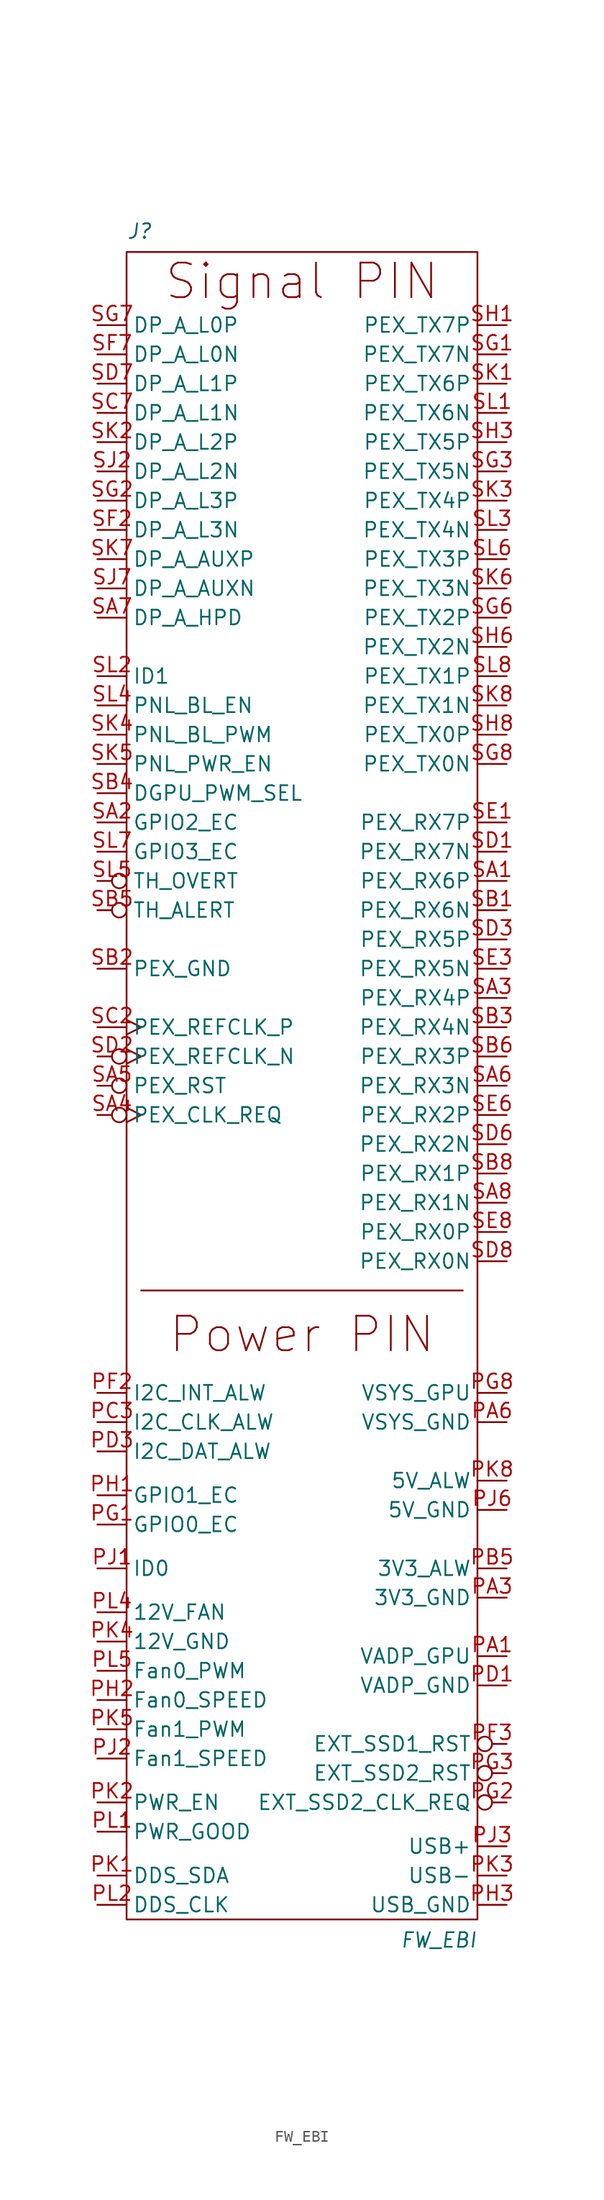
<source format=kicad_sym>
(kicad_symbol_lib
  (version 20220914)
  (generator kicad_symbol_editor)
  (symbol "FW_EBI"
    (property "Reference" "J"
      (at -15.24 92.71 0)
      (effects (font (size 1.27 1.27) italic) (justify left top)))
    (property "Value" "FW_EBI"
      (at 15.24 -57.15 0)
      (effects (font (size 1.27 1.27) italic) (justify right bottom)))
    (symbol "FW_EBI_0_0"
      (pin power_out line (at 17.78 -24.13 180) (length 2.54) (name "3V3_ALW" (effects (font (size 1.27 1.27)))) (number "PB5" (effects (font (size 1.27 1.27)))))
      (pin unspecified line (at -17.78 -20.32 0) (length 2.54) (name "GPIO0_EC" (effects (font (size 1.27 1.27)))) (number "PG1" (effects (font (size 1.27 1.27)))))
      (pin power_out line (at 17.78 -8.89 180) (length 2.54) (name "VSYS_GPU" (effects (font (size 1.27 1.27)))) (number "PG8" (effects (font (size 1.27 1.27)))))
      (pin unspecified line (at -17.78 -17.78 0) (length 2.54) (name "GPIO1_EC" (effects (font (size 1.27 1.27)))) (number "PH1" (effects (font (size 1.27 1.27)))))
      (pin output line (at -17.78 -35.56 0) (length 2.54) (name "Fan0_SPEED" (effects (font (size 1.27 1.27)))) (number "PH2" (effects (font (size 1.27 1.27)))))
      (pin output line (at -17.78 -24.13 0) (length 2.54) (name "ID0" (effects (font (size 1.27 1.27)))) (number "PJ1" (effects (font (size 1.27 1.27)))))
      (pin output line (at -17.78 -40.64 0) (length 2.54) (name "Fan1_SPEED" (effects (font (size 1.27 1.27)))) (number "PJ2" (effects (font (size 1.27 1.27)))))
      (pin bidirectional line (at 17.78 -48.26 180) (length 2.54) (name "USB+" (effects (font (size 1.27 1.27)))) (number "PJ3" (effects (font (size 1.27 1.27)))))
      (pin input line (at -17.78 -50.8 0) (length 2.54) (name "DDS_SDA" (effects (font (size 1.27 1.27)))) (number "PK1" (effects (font (size 1.27 1.27)))))
      (pin bidirectional line (at 17.78 -50.8 180) (length 2.54) (name "USB-" (effects (font (size 1.27 1.27)))) (number "PK3" (effects (font (size 1.27 1.27)))))
      (pin input line (at -17.78 -38.1 0) (length 2.54) (name "Fan1_PWM" (effects (font (size 1.27 1.27)))) (number "PK5" (effects (font (size 1.27 1.27)))))
      (pin power_out line (at 17.78 -16.51 180) (length 2.54) (name "5V_ALW" (effects (font (size 1.27 1.27)))) (number "PK8" (effects (font (size 1.27 1.27)))))
      (pin bidirectional line (at -17.78 -53.34 0) (length 2.54) (name "DDS_CLK" (effects (font (size 1.27 1.27)))) (number "PL2" (effects (font (size 1.27 1.27)))))
      (pin power_out line (at -17.78 -27.94 0) (length 2.54) (name "12V_FAN" (effects (font (size 1.27 1.27)))) (number "PL4" (effects (font (size 1.27 1.27)))))
      (pin input line (at -17.78 -33.02 0) (length 2.54) (name "Fan0_PWM" (effects (font (size 1.27 1.27)))) (number "PL5" (effects (font (size 1.27 1.27)))))
      (pin output line (at 17.78 35.56 180) (length 2.54) (name "PEX_RX6P" (effects (font (size 1.27 1.27)))) (number "SA1" (effects (font (size 1.27 1.27)))))
      (pin unspecified line (at -17.78 40.64 0) (length 2.54) (name "GPIO2_EC" (effects (font (size 1.27 1.27)))) (number "SA2" (effects (font (size 1.27 1.27)))))
      (pin output line (at 17.78 25.4 180) (length 2.54) (name "PEX_RX4P" (effects (font (size 1.27 1.27)))) (number "SA3" (effects (font (size 1.27 1.27)))))
      (pin output line (at 17.78 17.78 180) (length 2.54) (name "PEX_RX3N" (effects (font (size 1.27 1.27)))) (number "SA6" (effects (font (size 1.27 1.27)))))
      (pin unspecified line (at -17.78 58.42 0) (length 2.54) (name "DP_A_HPD" (effects (font (size 1.27 1.27)))) (number "SA7" (effects (font (size 1.27 1.27)))))
      (pin output line (at 17.78 7.62 180) (length 2.54) (name "PEX_RX1N" (effects (font (size 1.27 1.27)))) (number "SA8" (effects (font (size 1.27 1.27)))))
      (pin output line (at 17.78 33.02 180) (length 2.54) (name "PEX_RX6N" (effects (font (size 1.27 1.27)))) (number "SB1" (effects (font (size 1.27 1.27)))))
      (pin output line (at 17.78 22.86 180) (length 2.54) (name "PEX_RX4N" (effects (font (size 1.27 1.27)))) (number "SB3" (effects (font (size 1.27 1.27)))))
      (pin unspecified line (at -17.78 43.18 0) (length 2.54) (name "DGPU_PWM_SEL" (effects (font (size 1.27 1.27)))) (number "SB4" (effects (font (size 1.27 1.27)))))
      (pin output line (at 17.78 20.32 180) (length 2.54) (name "PEX_RX3P" (effects (font (size 1.27 1.27)))) (number "SB6" (effects (font (size 1.27 1.27)))))
      (pin output line (at 17.78 10.16 180) (length 2.54) (name "PEX_RX1P" (effects (font (size 1.27 1.27)))) (number "SB8" (effects (font (size 1.27 1.27)))))
      (pin unspecified line (at -17.78 76.2 0) (length 2.54) (name "DP_A_L1N" (effects (font (size 1.27 1.27)))) (number "SC7" (effects (font (size 1.27 1.27)))))
      (pin output line (at 17.78 38.1 180) (length 2.54) (name "PEX_RX7N" (effects (font (size 1.27 1.27)))) (number "SD1" (effects (font (size 1.27 1.27)))))
      (pin output line (at 17.78 30.48 180) (length 2.54) (name "PEX_RX5P" (effects (font (size 1.27 1.27)))) (number "SD3" (effects (font (size 1.27 1.27)))))
      (pin output line (at 17.78 12.7 180) (length 2.54) (name "PEX_RX2N" (effects (font (size 1.27 1.27)))) (number "SD6" (effects (font (size 1.27 1.27)))))
      (pin unspecified line (at -17.78 78.74 0) (length 2.54) (name "DP_A_L1P" (effects (font (size 1.27 1.27)))) (number "SD7" (effects (font (size 1.27 1.27)))))
      (pin output line (at 17.78 2.54 180) (length 2.54) (name "PEX_RX0N" (effects (font (size 1.27 1.27)))) (number "SD8" (effects (font (size 1.27 1.27)))))
      (pin output line (at 17.78 40.64 180) (length 2.54) (name "PEX_RX7P" (effects (font (size 1.27 1.27)))) (number "SE1" (effects (font (size 1.27 1.27)))))
      (pin output line (at 17.78 27.94 180) (length 2.54) (name "PEX_RX5N" (effects (font (size 1.27 1.27)))) (number "SE3" (effects (font (size 1.27 1.27)))))
      (pin output line (at 17.78 15.24 180) (length 2.54) (name "PEX_RX2P" (effects (font (size 1.27 1.27)))) (number "SE6" (effects (font (size 1.27 1.27)))))
      (pin output line (at 17.78 5.08 180) (length 2.54) (name "PEX_RX0P" (effects (font (size 1.27 1.27)))) (number "SE8" (effects (font (size 1.27 1.27)))))
      (pin unspecified line (at -17.78 66.04 0) (length 2.54) (name "DP_A_L3N" (effects (font (size 1.27 1.27)))) (number "SF2" (effects (font (size 1.27 1.27)))))
      (pin unspecified line (at -17.78 81.28 0) (length 2.54) (name "DP_A_L0N" (effects (font (size 1.27 1.27)))) (number "SF7" (effects (font (size 1.27 1.27)))))
      (pin input line (at 17.78 81.28 180) (length 2.54) (name "PEX_TX7N" (effects (font (size 1.27 1.27)))) (number "SG1" (effects (font (size 1.27 1.27)))))
      (pin unspecified line (at -17.78 68.58 0) (length 2.54) (name "DP_A_L3P" (effects (font (size 1.27 1.27)))) (number "SG2" (effects (font (size 1.27 1.27)))))
      (pin input line (at 17.78 71.12 180) (length 2.54) (name "PEX_TX5N" (effects (font (size 1.27 1.27)))) (number "SG3" (effects (font (size 1.27 1.27)))))
      (pin input line (at 17.78 58.42 180) (length 2.54) (name "PEX_TX2P" (effects (font (size 1.27 1.27)))) (number "SG6" (effects (font (size 1.27 1.27)))))
      (pin unspecified line (at -17.78 83.82 0) (length 2.54) (name "DP_A_L0P" (effects (font (size 1.27 1.27)))) (number "SG7" (effects (font (size 1.27 1.27)))))
      (pin input line (at 17.78 45.72 180) (length 2.54) (name "PEX_TX0N" (effects (font (size 1.27 1.27)))) (number "SG8" (effects (font (size 1.27 1.27)))))
      (pin input line (at 17.78 83.82 180) (length 2.54) (name "PEX_TX7P" (effects (font (size 1.27 1.27)))) (number "SH1" (effects (font (size 1.27 1.27)))))
      (pin input line (at 17.78 73.66 180) (length 2.54) (name "PEX_TX5P" (effects (font (size 1.27 1.27)))) (number "SH3" (effects (font (size 1.27 1.27)))))
      (pin input line (at 17.78 55.88 180) (length 2.54) (name "PEX_TX2N" (effects (font (size 1.27 1.27)))) (number "SH6" (effects (font (size 1.27 1.27)))))
      (pin input line (at 17.78 48.26 180) (length 2.54) (name "PEX_TX0P" (effects (font (size 1.27 1.27)))) (number "SH8" (effects (font (size 1.27 1.27)))))
      (pin unspecified line (at -17.78 71.12 0) (length 2.54) (name "DP_A_L2N" (effects (font (size 1.27 1.27)))) (number "SJ2" (effects (font (size 1.27 1.27)))))
      (pin unspecified line (at -17.78 60.96 0) (length 2.54) (name "DP_A_AUXN" (effects (font (size 1.27 1.27)))) (number "SJ7" (effects (font (size 1.27 1.27)))))
      (pin input line (at 17.78 78.74 180) (length 2.54) (name "PEX_TX6P" (effects (font (size 1.27 1.27)))) (number "SK1" (effects (font (size 1.27 1.27)))))
      (pin unspecified line (at -17.78 73.66 0) (length 2.54) (name "DP_A_L2P" (effects (font (size 1.27 1.27)))) (number "SK2" (effects (font (size 1.27 1.27)))))
      (pin input line (at 17.78 68.58 180) (length 2.54) (name "PEX_TX4P" (effects (font (size 1.27 1.27)))) (number "SK3" (effects (font (size 1.27 1.27)))))
      (pin unspecified line (at -17.78 48.26 0) (length 2.54) (name "PNL_BL_PWM" (effects (font (size 1.27 1.27)))) (number "SK4" (effects (font (size 1.27 1.27)))))
      (pin unspecified line (at -17.78 45.72 0) (length 2.54) (name "PNL_PWR_EN" (effects (font (size 1.27 1.27)))) (number "SK5" (effects (font (size 1.27 1.27)))))
      (pin input line (at 17.78 60.96 180) (length 2.54) (name "PEX_TX3N" (effects (font (size 1.27 1.27)))) (number "SK6" (effects (font (size 1.27 1.27)))))
      (pin unspecified line (at -17.78 63.5 0) (length 2.54) (name "DP_A_AUXP" (effects (font (size 1.27 1.27)))) (number "SK7" (effects (font (size 1.27 1.27)))))
      (pin input line (at 17.78 50.8 180) (length 2.54) (name "PEX_TX1N" (effects (font (size 1.27 1.27)))) (number "SK8" (effects (font (size 1.27 1.27)))))
      (pin input line (at 17.78 76.2 180) (length 2.54) (name "PEX_TX6N" (effects (font (size 1.27 1.27)))) (number "SL1" (effects (font (size 1.27 1.27)))))
      (pin unspecified line (at -17.78 53.34 0) (length 2.54) (name "ID1" (effects (font (size 1.27 1.27)))) (number "SL2" (effects (font (size 1.27 1.27)))))
      (pin input line (at 17.78 66.04 180) (length 2.54) (name "PEX_TX4N" (effects (font (size 1.27 1.27)))) (number "SL3" (effects (font (size 1.27 1.27)))))
      (pin unspecified line (at -17.78 50.8 0) (length 2.54) (name "PNL_BL_EN" (effects (font (size 1.27 1.27)))) (number "SL4" (effects (font (size 1.27 1.27)))))
      (pin input line (at 17.78 63.5 180) (length 2.54) (name "PEX_TX3P" (effects (font (size 1.27 1.27)))) (number "SL6" (effects (font (size 1.27 1.27)))))
      (pin unspecified line (at -17.78 38.1 0) (length 2.54) (name "GPIO3_EC" (effects (font (size 1.27 1.27)))) (number "SL7" (effects (font (size 1.27 1.27)))))
      (pin input line (at 17.78 53.34 180) (length 2.54) (name "PEX_TX1P" (effects (font (size 1.27 1.27)))) (number "SL8" (effects (font (size 1.27 1.27))))))
    (symbol "FW_EBI_1_0"
      (pin unspecified line (at 17.78 -31.75 180) (length 2.54) (name "VADP_GPU" (effects (font (size 1.27 1.27)))) (number "PA1" (effects (font (size 1.27 1.27)))))
      (pin unspecified line (at 17.78 -31.75 180) (length 2.54) hide (name "VADP_GPU" (effects (font (size 1.27 1.27)))) (number "PA2" (effects (font (size 1.27 1.27)))))
      (pin power_out line (at 17.78 -26.67 180) (length 2.54) (name "3V3_GND" (effects (font (size 1.27 1.27)))) (number "PA3" (effects (font (size 1.27 1.27)))))
      (pin power_out line (at 17.78 -24.13 180) (length 2.54) hide (name "3V3_ALW" (effects (font (size 1.27 1.27)))) (number "PA4" (effects (font (size 1.27 1.27)))))
      (pin power_out line (at 17.78 -24.13 180) (length 2.54) hide (name "3V3_ALW" (effects (font (size 1.27 1.27)))) (number "PA5" (effects (font (size 1.27 1.27)))))
      (pin power_out line (at 17.78 -11.43 180) (length 2.54) (name "VSYS_GND" (effects (font (size 1.27 1.27)))) (number "PA6" (effects (font (size 1.27 1.27)))))
      (pin power_out line (at 17.78 -8.89 180) (length 2.54) hide (name "VSYS_GPU" (effects (font (size 1.27 1.27)))) (number "PA7" (effects (font (size 1.27 1.27)))))
      (pin power_out line (at 17.78 -8.89 180) (length 2.54) hide (name "VSYS_GPU" (effects (font (size 1.27 1.27)))) (number "PA8" (effects (font (size 1.27 1.27)))))
      (pin unspecified line (at 17.78 -31.75 180) (length 2.54) hide (name "VADP_GPU" (effects (font (size 1.27 1.27)))) (number "PB1" (effects (font (size 1.27 1.27)))))
      (pin unspecified line (at 17.78 -31.75 180) (length 2.54) hide (name "VADP_GPU" (effects (font (size 1.27 1.27)))) (number "PB2" (effects (font (size 1.27 1.27)))))
      (pin power_out line (at 17.78 -26.67 180) (length 2.54) hide (name "3V3_GND" (effects (font (size 1.27 1.27)))) (number "PB3" (effects (font (size 1.27 1.27)))))
      (pin power_out line (at 17.78 -24.13 180) (length 2.54) hide (name "3V3_ALW" (effects (font (size 1.27 1.27)))) (number "PB4" (effects (font (size 1.27 1.27)))))
      (pin power_out line (at 17.78 -11.43 180) (length 2.54) hide (name "VSYS_GND" (effects (font (size 1.27 1.27)))) (number "PB6" (effects (font (size 1.27 1.27)))))
      (pin power_out line (at 17.78 -8.89 180) (length 2.54) hide (name "VSYS_GPU" (effects (font (size 1.27 1.27)))) (number "PB7" (effects (font (size 1.27 1.27)))))
      (pin power_out line (at 17.78 -8.89 180) (length 2.54) hide (name "VSYS_GPU" (effects (font (size 1.27 1.27)))) (number "PB8" (effects (font (size 1.27 1.27)))))
      (pin unspecified line (at 17.78 -31.75 180) (length 2.54) hide (name "VADP_GPU" (effects (font (size 1.27 1.27)))) (number "PC1" (effects (font (size 1.27 1.27)))))
      (pin unspecified line (at 17.78 -31.75 180) (length 2.54) hide (name "VADP_GPU" (effects (font (size 1.27 1.27)))) (number "PC2" (effects (font (size 1.27 1.27)))))
      (pin unspecified line (at -17.78 -11.43 0) (length 2.54) (name "I2C_CLK_ALW" (effects (font (size 1.27 1.27)))) (number "PC3" (effects (font (size 1.27 1.27)))))
      (pin power_out line (at 17.78 -11.43 180) (length 2.54) hide (name "VSYS_GND" (effects (font (size 1.27 1.27)))) (number "PC6" (effects (font (size 1.27 1.27)))))
      (pin power_out line (at 17.78 -8.89 180) (length 2.54) hide (name "VSYS_GPU" (effects (font (size 1.27 1.27)))) (number "PC7" (effects (font (size 1.27 1.27)))))
      (pin power_out line (at 17.78 -8.89 180) (length 2.54) hide (name "VSYS_GPU" (effects (font (size 1.27 1.27)))) (number "PC8" (effects (font (size 1.27 1.27)))))
      (pin unspecified line (at 17.78 -34.29 180) (length 2.54) (name "VADP_GND" (effects (font (size 1.27 1.27)))) (number "PD1" (effects (font (size 1.27 1.27)))))
      (pin unspecified line (at 17.78 -34.29 180) (length 2.54) hide (name "VADP_GND" (effects (font (size 1.27 1.27)))) (number "PD2" (effects (font (size 1.27 1.27)))))
      (pin unspecified line (at -17.78 -13.97 0) (length 2.54) (name "I2C_DAT_ALW" (effects (font (size 1.27 1.27)))) (number "PD3" (effects (font (size 1.27 1.27)))))
      (pin power_out line (at 17.78 -11.43 180) (length 2.54) hide (name "VSYS_GND" (effects (font (size 1.27 1.27)))) (number "PD6" (effects (font (size 1.27 1.27)))))
      (pin power_out line (at 17.78 -8.89 180) (length 2.54) hide (name "VSYS_GPU" (effects (font (size 1.27 1.27)))) (number "PD7" (effects (font (size 1.27 1.27)))))
      (pin power_out line (at 17.78 -8.89 180) (length 2.54) hide (name "VSYS_GPU" (effects (font (size 1.27 1.27)))) (number "PD8" (effects (font (size 1.27 1.27)))))
      (pin unspecified line (at 17.78 -34.29 180) (length 2.54) hide (name "VADP_GND" (effects (font (size 1.27 1.27)))) (number "PE1" (effects (font (size 1.27 1.27)))))
      (pin unspecified line (at 17.78 -34.29 180) (length 2.54) hide (name "VADP_GND" (effects (font (size 1.27 1.27)))) (number "PE2" (effects (font (size 1.27 1.27)))))
      (pin power_out line (at 17.78 -26.67 180) (length 2.54) hide (name "3V3_GND" (effects (font (size 1.27 1.27)))) (number "PE3" (effects (font (size 1.27 1.27)))))
      (pin power_out line (at 17.78 -11.43 180) (length 2.54) hide (name "VSYS_GND" (effects (font (size 1.27 1.27)))) (number "PE6" (effects (font (size 1.27 1.27)))))
      (pin power_out line (at 17.78 -8.89 180) (length 2.54) hide (name "VSYS_GPU" (effects (font (size 1.27 1.27)))) (number "PE7" (effects (font (size 1.27 1.27)))))
      (pin power_out line (at 17.78 -8.89 180) (length 2.54) hide (name "VSYS_GPU" (effects (font (size 1.27 1.27)))) (number "PE8" (effects (font (size 1.27 1.27)))))
      (pin unspecified line (at 17.78 -34.29 180) (length 2.54) hide (name "VADP_GND" (effects (font (size 1.27 1.27)))) (number "PF1" (effects (font (size 1.27 1.27)))))
      (pin unspecified line (at -17.78 -8.89 0) (length 2.54) (name "I2C_INT_ALW" (effects (font (size 1.27 1.27)))) (number "PF2" (effects (font (size 1.27 1.27)))))
      (pin bidirectional inverted (at 17.78 -39.37 180) (length 2.54) (name "EXT_SSD1_RST" (effects (font (size 1.27 1.27)))) (number "PF3" (effects (font (size 1.27 1.27)))))
      (pin power_out line (at 17.78 -11.43 180) (length 2.54) hide (name "VSYS_GND" (effects (font (size 1.27 1.27)))) (number "PF6" (effects (font (size 1.27 1.27)))))
      (pin power_out line (at 17.78 -8.89 180) (length 2.54) hide (name "VSYS_GPU" (effects (font (size 1.27 1.27)))) (number "PF7" (effects (font (size 1.27 1.27)))))
      (pin power_out line (at 17.78 -8.89 180) (length 2.54) hide (name "VSYS_GPU" (effects (font (size 1.27 1.27)))) (number "PF8" (effects (font (size 1.27 1.27)))))
      (pin bidirectional inverted (at 17.78 -44.45 180) (length 2.54) (name "EXT_SSD2_CLK_REQ" (effects (font (size 1.27 1.27)))) (number "PG2" (effects (font (size 1.27 1.27)))) (alternate "I2C_INT_VS" bidirectional inverted))
      (pin bidirectional inverted (at 17.78 -41.91 180) (length 2.54) (name "EXT_SSD2_RST" (effects (font (size 1.27 1.27)))) (number "PG3" (effects (font (size 1.27 1.27)))))
      (pin power_out line (at 17.78 -11.43 180) (length 2.54) hide (name "VSYS_GND" (effects (font (size 1.27 1.27)))) (number "PG6" (effects (font (size 1.27 1.27)))))
      (pin power_out line (at 17.78 -8.89 180) (length 2.54) hide (name "VSYS_GPU" (effects (font (size 1.27 1.27)))) (number "PG7" (effects (font (size 1.27 1.27)))))
      (pin power_out line (at 17.78 -53.34 180) (length 2.54) (name "USB_GND" (effects (font (size 1.27 1.27)))) (number "PH3" (effects (font (size 1.27 1.27)))))
      (pin power_out line (at 17.78 -11.43 180) (length 2.54) hide (name "VSYS_GND" (effects (font (size 1.27 1.27)))) (number "PH6" (effects (font (size 1.27 1.27)))))
      (pin power_out line (at 17.78 -11.43 180) (length 2.54) hide (name "VSYS_GND" (effects (font (size 1.27 1.27)))) (number "PH7" (effects (font (size 1.27 1.27)))))
      (pin power_out line (at 17.78 -11.43 180) (length 2.54) hide (name "VSYS_GND" (effects (font (size 1.27 1.27)))) (number "PH8" (effects (font (size 1.27 1.27)))))
      (pin power_out line (at 17.78 -19.05 180) (length 2.54) (name "5V_GND" (effects (font (size 1.27 1.27)))) (number "PJ6" (effects (font (size 1.27 1.27)))))
      (pin power_out line (at 17.78 -11.43 180) (length 2.54) hide (name "VSYS_GND" (effects (font (size 1.27 1.27)))) (number "PJ7" (effects (font (size 1.27 1.27)))))
      (pin power_out line (at 17.78 -11.43 180) (length 2.54) hide (name "VSYS_GND" (effects (font (size 1.27 1.27)))) (number "PJ8" (effects (font (size 1.27 1.27)))))
      (pin output line (at -17.78 -44.45 0) (length 2.54) (name "PWR_EN" (effects (font (size 1.27 1.27)))) (number "PK2" (effects (font (size 1.27 1.27)))))
      (pin power_out line (at -17.78 -30.48 0) (length 2.54) (name "12V_GND" (effects (font (size 1.27 1.27)))) (number "PK4" (effects (font (size 1.27 1.27)))))
      (pin power_out line (at 17.78 -19.05 180) (length 2.54) hide (name "5V_GND" (effects (font (size 1.27 1.27)))) (number "PK6" (effects (font (size 1.27 1.27)))))
      (pin power_out line (at 17.78 -16.51 180) (length 2.54) hide (name "5V_ALW" (effects (font (size 1.27 1.27)))) (number "PK7" (effects (font (size 1.27 1.27)))))
      (pin output line (at -17.78 -46.99 0) (length 2.54) (name "PWR_GOOD" (effects (font (size 1.27 1.27)))) (number "PL1" (effects (font (size 1.27 1.27)))))
      (pin power_out line (at 17.78 -53.34 180) (length 2.54) hide (name "USB_GND" (effects (font (size 1.27 1.27)))) (number "PL3" (effects (font (size 1.27 1.27)))))
      (pin power_out line (at 17.78 -19.05 180) (length 2.54) hide (name "5V_GND" (effects (font (size 1.27 1.27)))) (number "PL6" (effects (font (size 1.27 1.27)))))
      (pin power_out line (at 17.78 -16.51 180) (length 2.54) hide (name "5V_ALW" (effects (font (size 1.27 1.27)))) (number "PL7" (effects (font (size 1.27 1.27)))))
      (pin power_out line (at 17.78 -16.51 180) (length 2.54) hide (name "5V_ALW" (effects (font (size 1.27 1.27)))) (number "PL8" (effects (font (size 1.27 1.27)))))
      (pin output inverted_clock (at -17.78 15.24 0) (length 2.54) (name "PEX_CLK_REQ" (effects (font (size 1.27 1.27)))) (number "SA4" (effects (font (size 1.27 1.27)))))
      (pin input inverted (at -17.78 17.78 0) (length 2.54) (name "PEX_RST" (effects (font (size 1.27 1.27)))) (number "SA5" (effects (font (size 1.27 1.27)))))
      (pin bidirectional line (at -17.78 27.94 0) (length 2.54) (name "PEX_GND" (effects (font (size 1.27 1.27)))) (number "SB2" (effects (font (size 1.27 1.27)))))
      (pin unspecified inverted (at -17.78 33.02 0) (length 2.54) (name "TH_ALERT" (effects (font (size 1.27 1.27)))) (number "SB5" (effects (font (size 1.27 1.27)))))
      (pin bidirectional line (at -17.78 27.94 0) (length 2.54) hide (name "PEX_GND" (effects (font (size 1.27 1.27)))) (number "SB7" (effects (font (size 1.27 1.27)))))
      (pin bidirectional line (at -17.78 27.94 0) (length 2.54) hide (name "PEX_GND" (effects (font (size 1.27 1.27)))) (number "SC1" (effects (font (size 1.27 1.27)))))
      (pin output clock (at -17.78 22.86 0) (length 2.54) (name "PEX_REFCLK_P" (effects (font (size 1.27 1.27)))) (number "SC2" (effects (font (size 1.27 1.27)))))
      (pin bidirectional line (at -17.78 27.94 0) (length 2.54) hide (name "PEX_GND" (effects (font (size 1.27 1.27)))) (number "SC3" (effects (font (size 1.27 1.27)))))
      (pin bidirectional line (at -17.78 27.94 0) (length 2.54) hide (name "PEX_GND" (effects (font (size 1.27 1.27)))) (number "SC6" (effects (font (size 1.27 1.27)))))
      (pin bidirectional line (at -17.78 27.94 0) (length 2.54) hide (name "PEX_GND" (effects (font (size 1.27 1.27)))) (number "SC8" (effects (font (size 1.27 1.27)))))
      (pin output inverted_clock (at -17.78 20.32 0) (length 2.54) (name "PEX_REFCLK_N" (effects (font (size 1.27 1.27)))) (number "SD2" (effects (font (size 1.27 1.27)))))
      (pin bidirectional line (at -17.78 27.94 0) (length 2.54) hide (name "PEX_GND" (effects (font (size 1.27 1.27)))) (number "SE2" (effects (font (size 1.27 1.27)))))
      (pin bidirectional line (at -17.78 27.94 0) (length 2.54) hide (name "PEX_GND" (effects (font (size 1.27 1.27)))) (number "SE7" (effects (font (size 1.27 1.27)))))
      (pin bidirectional line (at -17.78 27.94 0) (length 2.54) hide (name "PEX_GND" (effects (font (size 1.27 1.27)))) (number "SF1" (effects (font (size 1.27 1.27)))))
      (pin bidirectional line (at -17.78 27.94 0) (length 2.54) hide (name "PEX_GND" (effects (font (size 1.27 1.27)))) (number "SF3" (effects (font (size 1.27 1.27)))))
      (pin bidirectional line (at -17.78 27.94 0) (length 2.54) hide (name "PEX_GND" (effects (font (size 1.27 1.27)))) (number "SF6" (effects (font (size 1.27 1.27)))))
      (pin bidirectional line (at -17.78 27.94 0) (length 2.54) hide (name "PEX_GND" (effects (font (size 1.27 1.27)))) (number "SF8" (effects (font (size 1.27 1.27)))))
      (pin bidirectional line (at -17.78 27.94 0) (length 2.54) hide (name "PEX_GND" (effects (font (size 1.27 1.27)))) (number "SH2" (effects (font (size 1.27 1.27)))))
      (pin bidirectional line (at -17.78 27.94 0) (length 2.54) hide (name "PEX_GND" (effects (font (size 1.27 1.27)))) (number "SH7" (effects (font (size 1.27 1.27)))))
      (pin bidirectional line (at -17.78 27.94 0) (length 2.54) hide (name "PEX_GND" (effects (font (size 1.27 1.27)))) (number "SJ1" (effects (font (size 1.27 1.27)))))
      (pin bidirectional line (at -17.78 27.94 0) (length 2.54) hide (name "PEX_GND" (effects (font (size 1.27 1.27)))) (number "SJ3" (effects (font (size 1.27 1.27)))))
      (pin bidirectional line (at -17.78 27.94 0) (length 2.54) hide (name "PEX_GND" (effects (font (size 1.27 1.27)))) (number "SJ6" (effects (font (size 1.27 1.27)))))
      (pin bidirectional line (at -17.78 27.94 0) (length 2.54) hide (name "PEX_GND" (effects (font (size 1.27 1.27)))) (number "SJ8" (effects (font (size 1.27 1.27)))))
      (pin unspecified inverted (at -17.78 35.56 0) (length 2.54) (name "TH_OVERT" (effects (font (size 1.27 1.27)))) (number "SL5" (effects (font (size 1.27 1.27))))))
    (symbol "FW_EBI_1_1"
      (rectangle (start -15.24 90.17) (end 15.24 -54.61) (stroke (width 0) (type default)) (fill (type none)))
      (polyline (pts (xy -13.97 0) (xy 13.97 0)) (stroke (width 0) (type default)) (fill (type none)))
      (text "Power PIN" (at 0 -3.81 0) (effects (font (size 3 3))))
      (text "Signal PIN" (at 0 87.63 0) (effects (font (size 3 3)))))))
</source>
